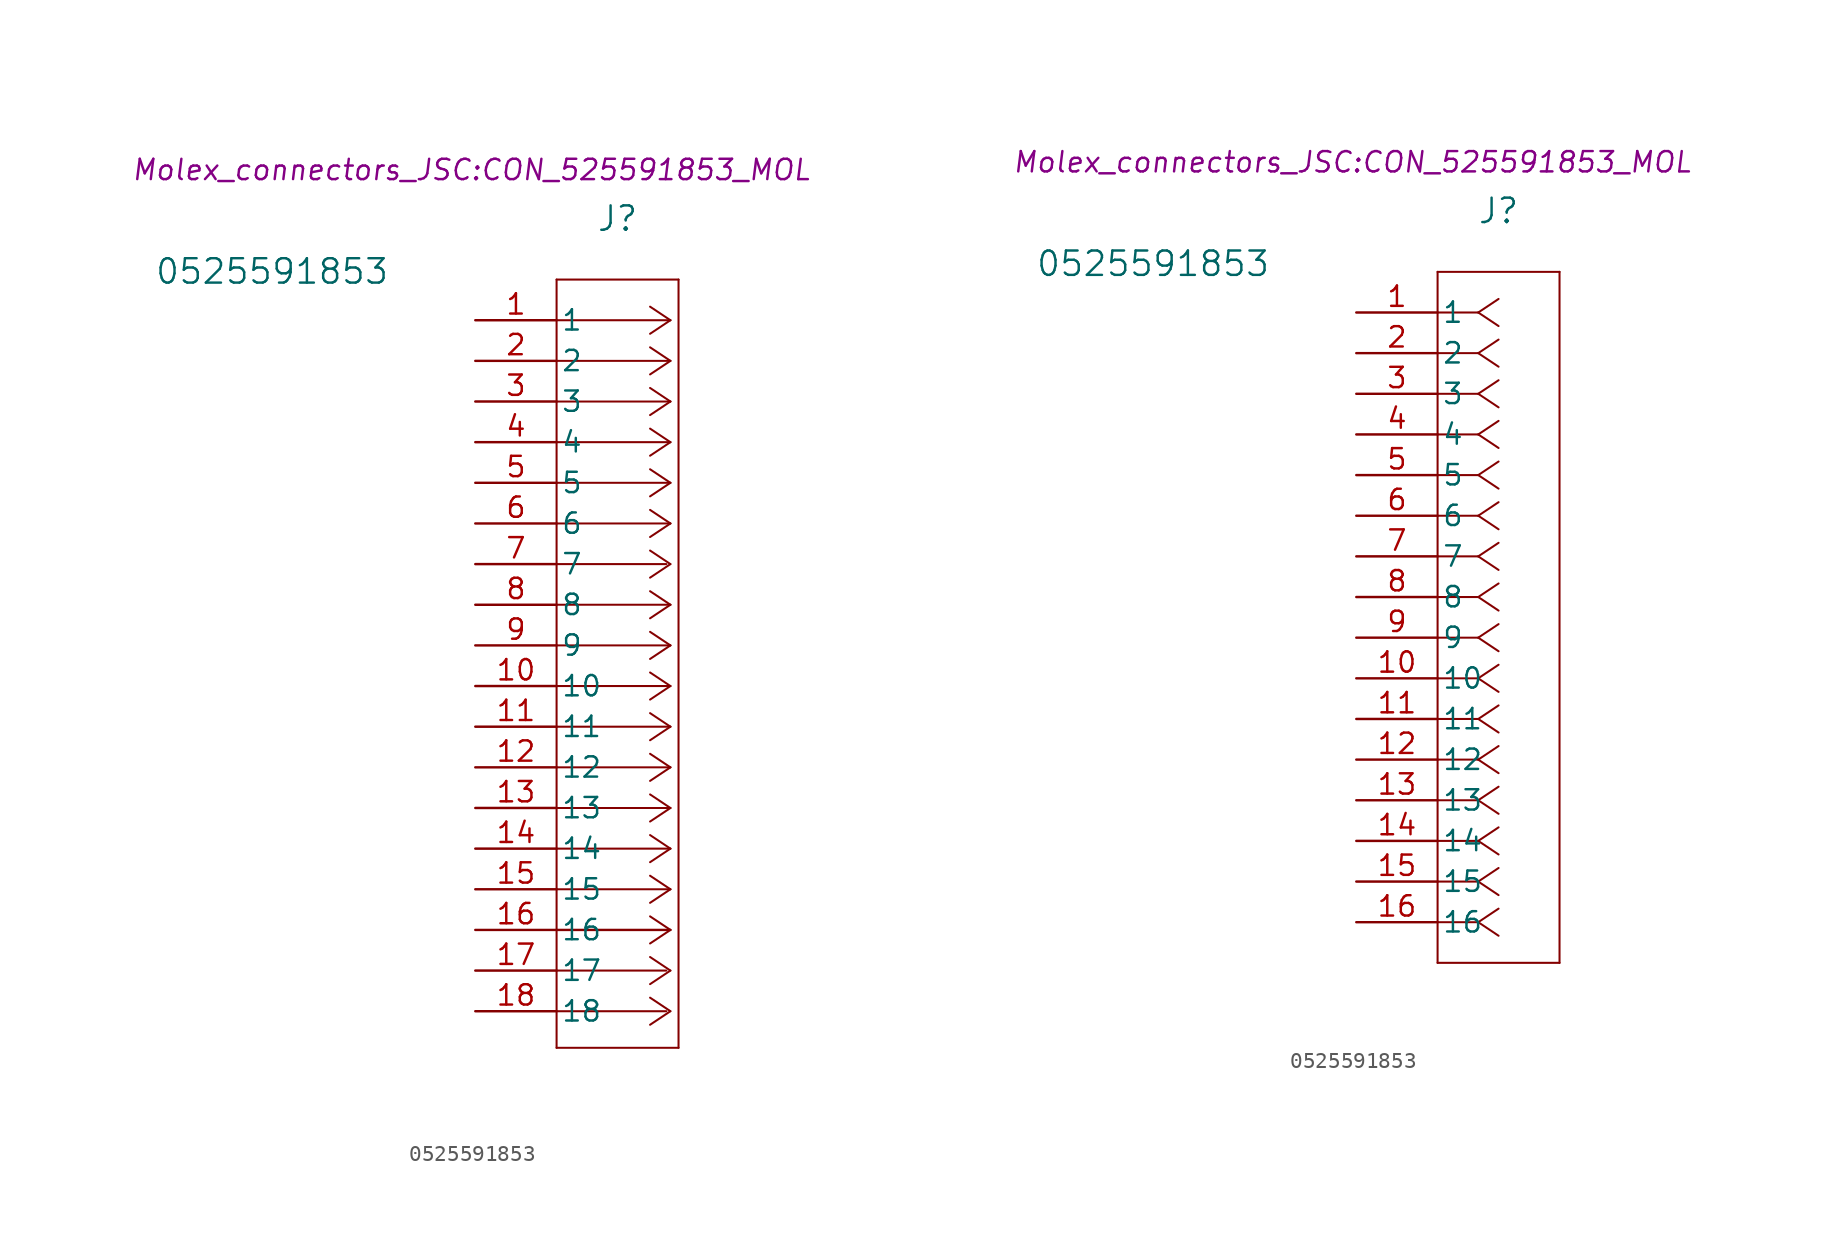
<source format=kicad_sym>
(kicad_symbol_lib
  (version 20211014)
  (generator kicad_symbol_editor)
  (symbol "0525591853"
    (pin_names
      (offset 0.254))
    (property "Reference" "J"
      (at 8.89 6.35 0)
      (effects (font (size 1.524 1.524))))
    (property "Value" "0525591853"
      (at -12.7 3.048 0)
      (effects (font (size 1.524 1.524))))
    (property "Footprint" "Molex_connectors_JSC:CON_525591853_MOL"
      (at -0.254 9.398 0)
      (effects (font (size 1.27 1.27) italic)))
    (symbol "0525591853_1_1"
      (polyline (pts (xy 5.08 -45.466) (xy 12.7 -45.466)) (stroke (width 0.127) (type default) (color 0 0 0 0)) (fill (type none)))
      (polyline (pts (xy 5.08 2.54) (xy 5.08 -45.466)) (stroke (width 0.127) (type default) (color 0 0 0 0)) (fill (type none)))
      (polyline (pts (xy 11.938 -43.18) (xy 5.08 -43.18)) (stroke (width 0.127) (type default) (color 0 0 0 0)) (fill (type none)))
      (polyline (pts (xy 11.938 -40.64) (xy 5.08 -40.64)) (stroke (width 0.127) (type default) (color 0 0 0 0)) (fill (type none)))
      (polyline (pts (xy 11.938 -15.24) (xy 5.08 -15.24)) (stroke (width 0.127) (type default) (color 0 0 0 0)) (fill (type none)))
      (polyline (pts (xy 12.192 -43.18) (xy 10.922 -44.027)) (stroke (width 0.127) (type default) (color 0 0 0 0)) (fill (type none)))
      (polyline (pts (xy 12.192 -43.18) (xy 10.922 -42.333)) (stroke (width 0.127) (type default) (color 0 0 0 0)) (fill (type none)))
      (polyline (pts (xy 12.192 -40.64) (xy 10.922 -41.487)) (stroke (width 0.127) (type default) (color 0 0 0 0)) (fill (type none)))
      (polyline (pts (xy 12.192 -40.64) (xy 10.922 -39.793)) (stroke (width 0.127) (type default) (color 0 0 0 0)) (fill (type none)))
      (polyline (pts (xy 12.192 -38.1) (xy 5.08 -38.1)) (stroke (width 0) (type default) (color 0 0 0 0)) (fill (type none)))
      (polyline (pts (xy 12.192 -38.1) (xy 10.922 -38.947)) (stroke (width 0.127) (type default) (color 0 0 0 0)) (fill (type none)))
      (polyline (pts (xy 12.192 -38.1) (xy 10.922 -37.253)) (stroke (width 0.127) (type default) (color 0 0 0 0)) (fill (type none)))
      (polyline (pts (xy 12.192 -35.56) (xy 5.08 -35.56)) (stroke (width 0.127) (type default) (color 0 0 0 0)) (fill (type none)))
      (polyline (pts (xy 12.192 -35.56) (xy 10.922 -36.407)) (stroke (width 0.127) (type default) (color 0 0 0 0)) (fill (type none)))
      (polyline (pts (xy 12.192 -35.56) (xy 10.922 -34.713)) (stroke (width 0.127) (type default) (color 0 0 0 0)) (fill (type none)))
      (polyline (pts (xy 12.192 -33.02) (xy 5.08 -33.02)) (stroke (width 0.127) (type default) (color 0 0 0 0)) (fill (type none)))
      (polyline (pts (xy 12.192 -33.02) (xy 10.922 -33.867)) (stroke (width 0.127) (type default) (color 0 0 0 0)) (fill (type none)))
      (polyline (pts (xy 12.192 -33.02) (xy 10.922 -32.173)) (stroke (width 0.127) (type default) (color 0 0 0 0)) (fill (type none)))
      (polyline (pts (xy 12.192 -30.48) (xy 5.08 -30.48)) (stroke (width 0.127) (type default) (color 0 0 0 0)) (fill (type none)))
      (polyline (pts (xy 12.192 -30.48) (xy 10.922 -31.327)) (stroke (width 0.127) (type default) (color 0 0 0 0)) (fill (type none)))
      (polyline (pts (xy 12.192 -30.48) (xy 10.922 -29.633)) (stroke (width 0.127) (type default) (color 0 0 0 0)) (fill (type none)))
      (polyline (pts (xy 12.192 -27.94) (xy 5.08 -27.94)) (stroke (width 0.127) (type default) (color 0 0 0 0)) (fill (type none)))
      (polyline (pts (xy 12.192 -27.94) (xy 10.922 -28.787)) (stroke (width 0.127) (type default) (color 0 0 0 0)) (fill (type none)))
      (polyline (pts (xy 12.192 -27.94) (xy 10.922 -27.093)) (stroke (width 0.127) (type default) (color 0 0 0 0)) (fill (type none)))
      (polyline (pts (xy 12.192 -25.4) (xy 5.08 -25.4)) (stroke (width 0.127) (type default) (color 0 0 0 0)) (fill (type none)))
      (polyline (pts (xy 12.192 -25.4) (xy 10.922 -26.247)) (stroke (width 0.127) (type default) (color 0 0 0 0)) (fill (type none)))
      (polyline (pts (xy 12.192 -25.4) (xy 10.922 -24.553)) (stroke (width 0.127) (type default) (color 0 0 0 0)) (fill (type none)))
      (polyline (pts (xy 12.192 -22.86) (xy 5.08 -22.86)) (stroke (width 0.127) (type default) (color 0 0 0 0)) (fill (type none)))
      (polyline (pts (xy 12.192 -22.86) (xy 10.922 -23.707)) (stroke (width 0.127) (type default) (color 0 0 0 0)) (fill (type none)))
      (polyline (pts (xy 12.192 -22.86) (xy 10.922 -22.013)) (stroke (width 0.127) (type default) (color 0 0 0 0)) (fill (type none)))
      (polyline (pts (xy 12.192 -20.32) (xy 5.08 -20.32)) (stroke (width 0.127) (type default) (color 0 0 0 0)) (fill (type none)))
      (polyline (pts (xy 12.192 -20.32) (xy 10.922 -21.167)) (stroke (width 0.127) (type default) (color 0 0 0 0)) (fill (type none)))
      (polyline (pts (xy 12.192 -20.32) (xy 10.922 -19.473)) (stroke (width 0.127) (type default) (color 0 0 0 0)) (fill (type none)))
      (polyline (pts (xy 12.192 -17.78) (xy 5.08 -17.78)) (stroke (width 0.127) (type default) (color 0 0 0 0)) (fill (type none)))
      (polyline (pts (xy 12.192 -17.78) (xy 10.922 -18.627)) (stroke (width 0.127) (type default) (color 0 0 0 0)) (fill (type none)))
      (polyline (pts (xy 12.192 -17.78) (xy 10.922 -16.933)) (stroke (width 0.127) (type default) (color 0 0 0 0)) (fill (type none)))
      (polyline (pts (xy 12.192 -15.24) (xy 10.922 -16.087)) (stroke (width 0.127) (type default) (color 0 0 0 0)) (fill (type none)))
      (polyline (pts (xy 12.192 -15.24) (xy 10.922 -14.393)) (stroke (width 0.127) (type default) (color 0 0 0 0)) (fill (type none)))
      (polyline (pts (xy 12.192 -12.7) (xy 5.08 -12.7)) (stroke (width 0.127) (type default) (color 0 0 0 0)) (fill (type none)))
      (polyline (pts (xy 12.192 -12.7) (xy 10.922 -13.547)) (stroke (width 0.127) (type default) (color 0 0 0 0)) (fill (type none)))
      (polyline (pts (xy 12.192 -12.7) (xy 10.922 -11.853)) (stroke (width 0.127) (type default) (color 0 0 0 0)) (fill (type none)))
      (polyline (pts (xy 12.192 -10.16) (xy 5.08 -10.16)) (stroke (width 0.127) (type default) (color 0 0 0 0)) (fill (type none)))
      (polyline (pts (xy 12.192 -10.16) (xy 10.922 -11.007)) (stroke (width 0.127) (type default) (color 0 0 0 0)) (fill (type none)))
      (polyline (pts (xy 12.192 -10.16) (xy 10.922 -9.313)) (stroke (width 0.127) (type default) (color 0 0 0 0)) (fill (type none)))
      (polyline (pts (xy 12.192 -7.62) (xy 5.08 -7.62)) (stroke (width 0.127) (type default) (color 0 0 0 0)) (fill (type none)))
      (polyline (pts (xy 12.192 -7.62) (xy 10.922 -8.467)) (stroke (width 0.127) (type default) (color 0 0 0 0)) (fill (type none)))
      (polyline (pts (xy 12.192 -7.62) (xy 10.922 -6.773)) (stroke (width 0.127) (type default) (color 0 0 0 0)) (fill (type none)))
      (polyline (pts (xy 12.192 -5.08) (xy 5.08 -5.08)) (stroke (width 0.127) (type default) (color 0 0 0 0)) (fill (type none)))
      (polyline (pts (xy 12.192 -5.08) (xy 10.922 -5.927)) (stroke (width 0.127) (type default) (color 0 0 0 0)) (fill (type none)))
      (polyline (pts (xy 12.192 -5.08) (xy 10.922 -4.233)) (stroke (width 0.127) (type default) (color 0 0 0 0)) (fill (type none)))
      (polyline (pts (xy 12.192 -2.54) (xy 5.08 -2.54)) (stroke (width 0.127) (type default) (color 0 0 0 0)) (fill (type none)))
      (polyline (pts (xy 12.192 -2.54) (xy 10.922 -3.387)) (stroke (width 0.127) (type default) (color 0 0 0 0)) (fill (type none)))
      (polyline (pts (xy 12.192 -2.54) (xy 10.922 -1.693)) (stroke (width 0.127) (type default) (color 0 0 0 0)) (fill (type none)))
      (polyline (pts (xy 12.192 0) (xy 5.08 0)) (stroke (width 0.127) (type default) (color 0 0 0 0)) (fill (type none)))
      (polyline (pts (xy 12.192 0) (xy 10.922 -0.847)) (stroke (width 0.127) (type default) (color 0 0 0 0)) (fill (type none)))
      (polyline (pts (xy 12.192 0) (xy 10.922 0.847)) (stroke (width 0.127) (type default) (color 0 0 0 0)) (fill (type none)))
      (polyline (pts (xy 12.7 -45.466) (xy 12.7 2.54)) (stroke (width 0.127) (type default) (color 0 0 0 0)) (fill (type none)))
      (polyline (pts (xy 12.7 2.54) (xy 5.08 2.54)) (stroke (width 0.127) (type default) (color 0 0 0 0)) (fill (type none)))
      (pin unspecified line (at 0 0 0) (length 5.08) (name "1" (effects (font (size 1.27 1.27)))) (number "1" (effects (font (size 1.27 1.27)))))
      (pin unspecified line (at 0 -22.86 0) (length 5.08) (name "10" (effects (font (size 1.27 1.27)))) (number "10" (effects (font (size 1.27 1.27)))))
      (pin unspecified line (at 0 -25.4 0) (length 5.08) (name "11" (effects (font (size 1.27 1.27)))) (number "11" (effects (font (size 1.27 1.27)))))
      (pin unspecified line (at 0 -27.94 0) (length 5.08) (name "12" (effects (font (size 1.27 1.27)))) (number "12" (effects (font (size 1.27 1.27)))))
      (pin unspecified line (at 0 -30.48 0) (length 5.08) (name "13" (effects (font (size 1.27 1.27)))) (number "13" (effects (font (size 1.27 1.27)))))
      (pin unspecified line (at 0 -33.02 0) (length 5.08) (name "14" (effects (font (size 1.27 1.27)))) (number "14" (effects (font (size 1.27 1.27)))))
      (pin unspecified line (at 0 -35.56 0) (length 5.08) (name "15" (effects (font (size 1.27 1.27)))) (number "15" (effects (font (size 1.27 1.27)))))
      (pin unspecified line (at 0 -38.1 0) (length 5.08) (name "16" (effects (font (size 1.27 1.27)))) (number "16" (effects (font (size 1.27 1.27)))))
      (pin unspecified line (at 0 -40.64 0) (length 5.08) (name "17" (effects (font (size 1.27 1.27)))) (number "17" (effects (font (size 1.27 1.27)))))
      (pin unspecified line (at 0 -43.18 0) (length 5.08) (name "18" (effects (font (size 1.27 1.27)))) (number "18" (effects (font (size 1.27 1.27)))))
      (pin unspecified line (at 0 -2.54 0) (length 5.08) (name "2" (effects (font (size 1.27 1.27)))) (number "2" (effects (font (size 1.27 1.27)))))
      (pin unspecified line (at 0 -5.08 0) (length 5.08) (name "3" (effects (font (size 1.27 1.27)))) (number "3" (effects (font (size 1.27 1.27)))))
      (pin unspecified line (at 0 -7.62 0) (length 5.08) (name "4" (effects (font (size 1.27 1.27)))) (number "4" (effects (font (size 1.27 1.27)))))
      (pin unspecified line (at 0 -10.16 0) (length 5.08) (name "5" (effects (font (size 1.27 1.27)))) (number "5" (effects (font (size 1.27 1.27)))))
      (pin unspecified line (at 0 -12.7 0) (length 5.08) (name "6" (effects (font (size 1.27 1.27)))) (number "6" (effects (font (size 1.27 1.27)))))
      (pin unspecified line (at 0 -15.24 0) (length 5.08) (name "7" (effects (font (size 1.27 1.27)))) (number "7" (effects (font (size 1.27 1.27)))))
      (pin unspecified line (at 0 -17.78 0) (length 5.08) (name "8" (effects (font (size 1.27 1.27)))) (number "8" (effects (font (size 1.27 1.27)))))
      (pin unspecified line (at 0 -20.32 0) (length 5.08) (name "9" (effects (font (size 1.27 1.27)))) (number "9" (effects (font (size 1.27 1.27))))))
    (symbol "0525591853_1_2"
      (polyline (pts (xy 5.08 -40.64) (xy 12.7 -40.64)) (stroke (width 0.127) (type default) (color 0 0 0 0)) (fill (type none)))
      (polyline (pts (xy 5.08 2.54) (xy 5.08 -40.64)) (stroke (width 0.127) (type default) (color 0 0 0 0)) (fill (type none)))
      (polyline (pts (xy 7.62 -38.1) (xy 5.08 -38.1)) (stroke (width 0.127) (type default) (color 0 0 0 0)) (fill (type none)))
      (polyline (pts (xy 7.62 -38.1) (xy 8.89 -38.947)) (stroke (width 0.127) (type default) (color 0 0 0 0)) (fill (type none)))
      (polyline (pts (xy 7.62 -38.1) (xy 8.89 -37.253)) (stroke (width 0.127) (type default) (color 0 0 0 0)) (fill (type none)))
      (polyline (pts (xy 7.62 -35.56) (xy 5.08 -35.56)) (stroke (width 0.127) (type default) (color 0 0 0 0)) (fill (type none)))
      (polyline (pts (xy 7.62 -35.56) (xy 8.89 -36.407)) (stroke (width 0.127) (type default) (color 0 0 0 0)) (fill (type none)))
      (polyline (pts (xy 7.62 -35.56) (xy 8.89 -34.713)) (stroke (width 0.127) (type default) (color 0 0 0 0)) (fill (type none)))
      (polyline (pts (xy 7.62 -33.02) (xy 5.08 -33.02)) (stroke (width 0.127) (type default) (color 0 0 0 0)) (fill (type none)))
      (polyline (pts (xy 7.62 -33.02) (xy 8.89 -33.867)) (stroke (width 0.127) (type default) (color 0 0 0 0)) (fill (type none)))
      (polyline (pts (xy 7.62 -33.02) (xy 8.89 -32.173)) (stroke (width 0.127) (type default) (color 0 0 0 0)) (fill (type none)))
      (polyline (pts (xy 7.62 -30.48) (xy 5.08 -30.48)) (stroke (width 0.127) (type default) (color 0 0 0 0)) (fill (type none)))
      (polyline (pts (xy 7.62 -30.48) (xy 8.89 -31.327)) (stroke (width 0.127) (type default) (color 0 0 0 0)) (fill (type none)))
      (polyline (pts (xy 7.62 -30.48) (xy 8.89 -29.633)) (stroke (width 0.127) (type default) (color 0 0 0 0)) (fill (type none)))
      (polyline (pts (xy 7.62 -27.94) (xy 5.08 -27.94)) (stroke (width 0.127) (type default) (color 0 0 0 0)) (fill (type none)))
      (polyline (pts (xy 7.62 -27.94) (xy 8.89 -28.787)) (stroke (width 0.127) (type default) (color 0 0 0 0)) (fill (type none)))
      (polyline (pts (xy 7.62 -27.94) (xy 8.89 -27.093)) (stroke (width 0.127) (type default) (color 0 0 0 0)) (fill (type none)))
      (polyline (pts (xy 7.62 -25.4) (xy 5.08 -25.4)) (stroke (width 0.127) (type default) (color 0 0 0 0)) (fill (type none)))
      (polyline (pts (xy 7.62 -25.4) (xy 8.89 -26.247)) (stroke (width 0.127) (type default) (color 0 0 0 0)) (fill (type none)))
      (polyline (pts (xy 7.62 -25.4) (xy 8.89 -24.553)) (stroke (width 0.127) (type default) (color 0 0 0 0)) (fill (type none)))
      (polyline (pts (xy 7.62 -22.86) (xy 5.08 -22.86)) (stroke (width 0.127) (type default) (color 0 0 0 0)) (fill (type none)))
      (polyline (pts (xy 7.62 -22.86) (xy 8.89 -23.707)) (stroke (width 0.127) (type default) (color 0 0 0 0)) (fill (type none)))
      (polyline (pts (xy 7.62 -22.86) (xy 8.89 -22.013)) (stroke (width 0.127) (type default) (color 0 0 0 0)) (fill (type none)))
      (polyline (pts (xy 7.62 -20.32) (xy 5.08 -20.32)) (stroke (width 0.127) (type default) (color 0 0 0 0)) (fill (type none)))
      (polyline (pts (xy 7.62 -20.32) (xy 8.89 -21.167)) (stroke (width 0.127) (type default) (color 0 0 0 0)) (fill (type none)))
      (polyline (pts (xy 7.62 -20.32) (xy 8.89 -19.473)) (stroke (width 0.127) (type default) (color 0 0 0 0)) (fill (type none)))
      (polyline (pts (xy 7.62 -17.78) (xy 5.08 -17.78)) (stroke (width 0.127) (type default) (color 0 0 0 0)) (fill (type none)))
      (polyline (pts (xy 7.62 -17.78) (xy 8.89 -18.627)) (stroke (width 0.127) (type default) (color 0 0 0 0)) (fill (type none)))
      (polyline (pts (xy 7.62 -17.78) (xy 8.89 -16.933)) (stroke (width 0.127) (type default) (color 0 0 0 0)) (fill (type none)))
      (polyline (pts (xy 7.62 -15.24) (xy 5.08 -15.24)) (stroke (width 0.127) (type default) (color 0 0 0 0)) (fill (type none)))
      (polyline (pts (xy 7.62 -15.24) (xy 8.89 -16.087)) (stroke (width 0.127) (type default) (color 0 0 0 0)) (fill (type none)))
      (polyline (pts (xy 7.62 -15.24) (xy 8.89 -14.393)) (stroke (width 0.127) (type default) (color 0 0 0 0)) (fill (type none)))
      (polyline (pts (xy 7.62 -12.7) (xy 5.08 -12.7)) (stroke (width 0.127) (type default) (color 0 0 0 0)) (fill (type none)))
      (polyline (pts (xy 7.62 -12.7) (xy 8.89 -13.547)) (stroke (width 0.127) (type default) (color 0 0 0 0)) (fill (type none)))
      (polyline (pts (xy 7.62 -12.7) (xy 8.89 -11.853)) (stroke (width 0.127) (type default) (color 0 0 0 0)) (fill (type none)))
      (polyline (pts (xy 7.62 -10.16) (xy 5.08 -10.16)) (stroke (width 0.127) (type default) (color 0 0 0 0)) (fill (type none)))
      (polyline (pts (xy 7.62 -10.16) (xy 8.89 -11.007)) (stroke (width 0.127) (type default) (color 0 0 0 0)) (fill (type none)))
      (polyline (pts (xy 7.62 -10.16) (xy 8.89 -9.313)) (stroke (width 0.127) (type default) (color 0 0 0 0)) (fill (type none)))
      (polyline (pts (xy 7.62 -7.62) (xy 5.08 -7.62)) (stroke (width 0.127) (type default) (color 0 0 0 0)) (fill (type none)))
      (polyline (pts (xy 7.62 -7.62) (xy 8.89 -8.467)) (stroke (width 0.127) (type default) (color 0 0 0 0)) (fill (type none)))
      (polyline (pts (xy 7.62 -7.62) (xy 8.89 -6.773)) (stroke (width 0.127) (type default) (color 0 0 0 0)) (fill (type none)))
      (polyline (pts (xy 7.62 -5.08) (xy 5.08 -5.08)) (stroke (width 0.127) (type default) (color 0 0 0 0)) (fill (type none)))
      (polyline (pts (xy 7.62 -5.08) (xy 8.89 -5.927)) (stroke (width 0.127) (type default) (color 0 0 0 0)) (fill (type none)))
      (polyline (pts (xy 7.62 -5.08) (xy 8.89 -4.233)) (stroke (width 0.127) (type default) (color 0 0 0 0)) (fill (type none)))
      (polyline (pts (xy 7.62 -2.54) (xy 5.08 -2.54)) (stroke (width 0.127) (type default) (color 0 0 0 0)) (fill (type none)))
      (polyline (pts (xy 7.62 -2.54) (xy 8.89 -3.387)) (stroke (width 0.127) (type default) (color 0 0 0 0)) (fill (type none)))
      (polyline (pts (xy 7.62 -2.54) (xy 8.89 -1.693)) (stroke (width 0.127) (type default) (color 0 0 0 0)) (fill (type none)))
      (polyline (pts (xy 7.62 0) (xy 5.08 0)) (stroke (width 0.127) (type default) (color 0 0 0 0)) (fill (type none)))
      (polyline (pts (xy 7.62 0) (xy 8.89 -0.847)) (stroke (width 0.127) (type default) (color 0 0 0 0)) (fill (type none)))
      (polyline (pts (xy 7.62 0) (xy 8.89 0.847)) (stroke (width 0.127) (type default) (color 0 0 0 0)) (fill (type none)))
      (polyline (pts (xy 12.7 -40.64) (xy 12.7 2.54)) (stroke (width 0.127) (type default) (color 0 0 0 0)) (fill (type none)))
      (polyline (pts (xy 12.7 2.54) (xy 5.08 2.54)) (stroke (width 0.127) (type default) (color 0 0 0 0)) (fill (type none)))
      (pin unspecified line (at 0 0 0) (length 5.08) (name "1" (effects (font (size 1.27 1.27)))) (number "1" (effects (font (size 1.27 1.27)))))
      (pin unspecified line (at 0 -22.86 0) (length 5.08) (name "10" (effects (font (size 1.27 1.27)))) (number "10" (effects (font (size 1.27 1.27)))))
      (pin unspecified line (at 0 -25.4 0) (length 5.08) (name "11" (effects (font (size 1.27 1.27)))) (number "11" (effects (font (size 1.27 1.27)))))
      (pin unspecified line (at 0 -27.94 0) (length 5.08) (name "12" (effects (font (size 1.27 1.27)))) (number "12" (effects (font (size 1.27 1.27)))))
      (pin unspecified line (at 0 -30.48 0) (length 5.08) (name "13" (effects (font (size 1.27 1.27)))) (number "13" (effects (font (size 1.27 1.27)))))
      (pin unspecified line (at 0 -33.02 0) (length 5.08) (name "14" (effects (font (size 1.27 1.27)))) (number "14" (effects (font (size 1.27 1.27)))))
      (pin unspecified line (at 0 -35.56 0) (length 5.08) (name "15" (effects (font (size 1.27 1.27)))) (number "15" (effects (font (size 1.27 1.27)))))
      (pin unspecified line (at 0 -38.1 0) (length 5.08) (name "16" (effects (font (size 1.27 1.27)))) (number "16" (effects (font (size 1.27 1.27)))))
      (pin unspecified line (at 0 -2.54 0) (length 5.08) (name "2" (effects (font (size 1.27 1.27)))) (number "2" (effects (font (size 1.27 1.27)))))
      (pin unspecified line (at 0 -5.08 0) (length 5.08) (name "3" (effects (font (size 1.27 1.27)))) (number "3" (effects (font (size 1.27 1.27)))))
      (pin unspecified line (at 0 -7.62 0) (length 5.08) (name "4" (effects (font (size 1.27 1.27)))) (number "4" (effects (font (size 1.27 1.27)))))
      (pin unspecified line (at 0 -10.16 0) (length 5.08) (name "5" (effects (font (size 1.27 1.27)))) (number "5" (effects (font (size 1.27 1.27)))))
      (pin unspecified line (at 0 -12.7 0) (length 5.08) (name "6" (effects (font (size 1.27 1.27)))) (number "6" (effects (font (size 1.27 1.27)))))
      (pin unspecified line (at 0 -15.24 0) (length 5.08) (name "7" (effects (font (size 1.27 1.27)))) (number "7" (effects (font (size 1.27 1.27)))))
      (pin unspecified line (at 0 -17.78 0) (length 5.08) (name "8" (effects (font (size 1.27 1.27)))) (number "8" (effects (font (size 1.27 1.27)))))
      (pin unspecified line (at 0 -20.32 0) (length 5.08) (name "9" (effects (font (size 1.27 1.27)))) (number "9" (effects (font (size 1.27 1.27))))))))
</source>
